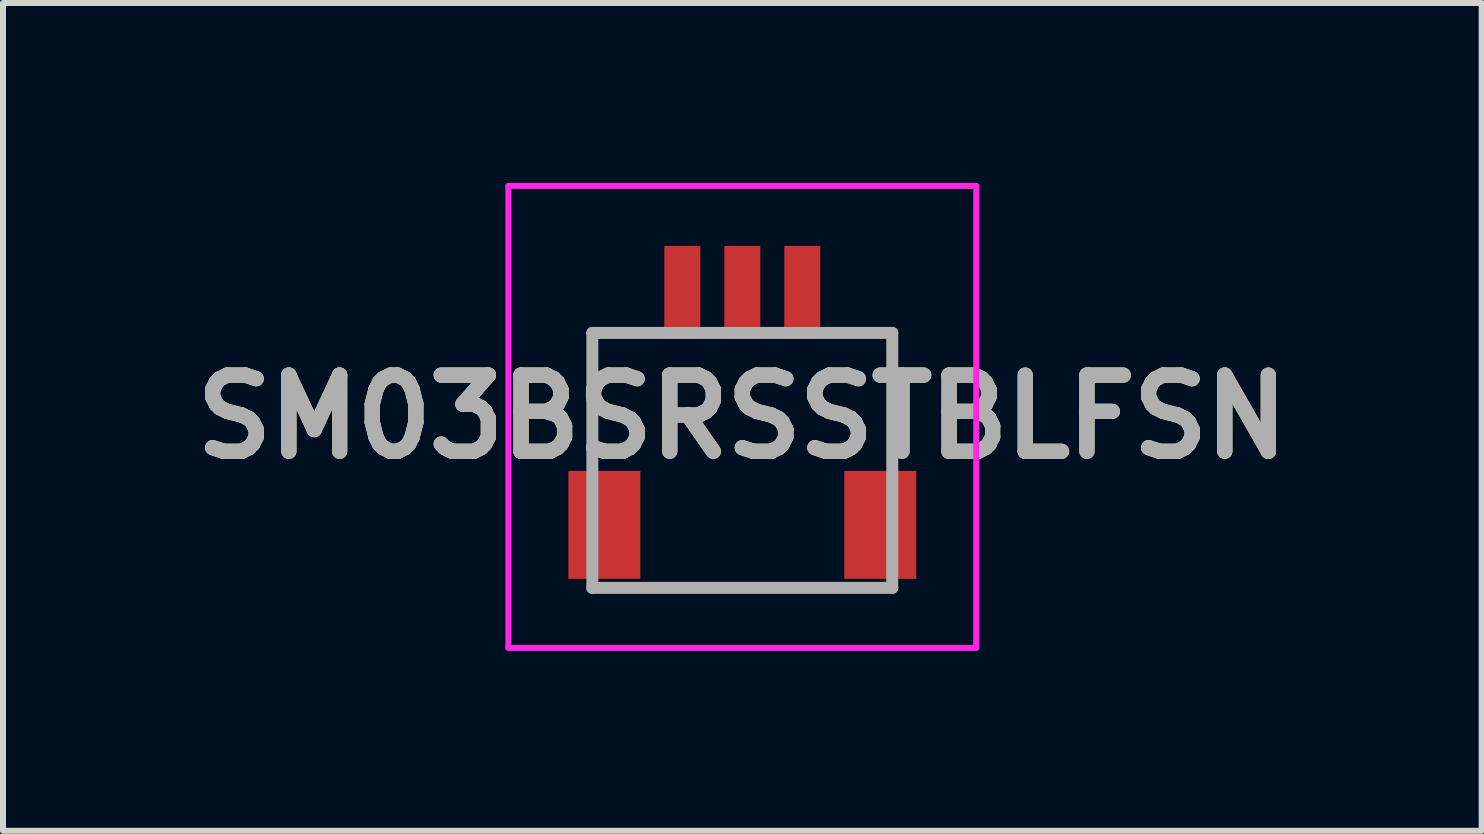
<source format=kicad_pcb>
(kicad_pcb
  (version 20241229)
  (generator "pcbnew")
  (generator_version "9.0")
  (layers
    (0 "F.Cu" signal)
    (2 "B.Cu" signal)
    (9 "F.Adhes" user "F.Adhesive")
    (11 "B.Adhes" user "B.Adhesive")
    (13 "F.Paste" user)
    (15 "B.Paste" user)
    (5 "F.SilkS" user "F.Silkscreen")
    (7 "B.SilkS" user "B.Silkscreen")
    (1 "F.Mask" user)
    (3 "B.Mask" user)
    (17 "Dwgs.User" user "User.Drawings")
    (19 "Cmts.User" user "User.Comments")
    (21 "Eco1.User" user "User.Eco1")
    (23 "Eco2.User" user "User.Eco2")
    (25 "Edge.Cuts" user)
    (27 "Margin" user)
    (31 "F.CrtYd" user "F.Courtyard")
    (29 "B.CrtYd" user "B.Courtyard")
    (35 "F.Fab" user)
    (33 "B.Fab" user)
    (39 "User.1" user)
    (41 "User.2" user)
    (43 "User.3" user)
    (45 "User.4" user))
  (footprint "SM03BSRSSTBLFSN"
    (layer "F.Cu")
    (at 9.325 4.287)
    (property "Reference" "SM03BSRSSTBLFSN" (at 0 -0.388 0) (layer "F.SilkS") (effects (font (size 1.27 1.27) (thickness 0.254))))
    (attr smd)
    (fp_line (start -2.5 -1.787) (end -2 -1.787) (stroke (width 0.1) (type solid)) (layer "F.SilkS"))
    (fp_line (start -2.5 -0.5) (end -2.5 -1.787) (stroke (width 0.1) (type solid)) (layer "F.SilkS"))
    (fp_line (start -1 2.463) (end 1.5 2.463) (stroke (width 0.1) (type solid)) (layer "F.SilkS"))
    (fp_line (start 2.5 -1.787) (end 2 -1.787) (stroke (width 0.1) (type solid)) (layer "F.SilkS"))
    (fp_line (start 2.5 -0.5) (end 2.5 -1.787) (stroke (width 0.1) (type solid)) (layer "F.SilkS"))
    (fp_line (start -3.9 -4.237) (end 3.9 -4.237) (stroke (width 0.1) (type solid)) (layer "F.CrtYd"))
    (fp_line (start -3.9 3.463) (end -3.9 -4.237) (stroke (width 0.1) (type solid)) (layer "F.CrtYd"))
    (fp_line (start 3.9 -4.237) (end 3.9 3.463) (stroke (width 0.1) (type solid)) (layer "F.CrtYd"))
    (fp_line (start 3.9 3.463) (end -3.9 3.463) (stroke (width 0.1) (type solid)) (layer "F.CrtYd"))
    (fp_line (start -2.5 -1.787) (end 2.5 -1.787) (stroke (width 0.2) (type solid)) (layer "F.Fab"))
    (fp_line (start -2.5 2.463) (end -2.5 -1.787) (stroke (width 0.2) (type solid)) (layer "F.Fab"))
    (fp_line (start 2.5 -1.787) (end 2.5 2.463) (stroke (width 0.2) (type solid)) (layer "F.Fab"))
    (fp_line (start 2.5 2.463) (end -2.5 2.463) (stroke (width 0.2) (type solid)) (layer "F.Fab"))
    (fp_text user "${REFERENCE}" (at 0 -0.388 0) (layer "F.Fab") (effects (font (size 1.27 1.27) (thickness 0.254))))
    (pad "1" smd rect (at -1 -2.463) (size 0.6 1.55) (layers "F.Cu" "F.Mask" "F.Paste"))
    (pad "2" smd rect (at 0 -2.463) (size 0.6 1.55) (layers "F.Cu" "F.Mask" "F.Paste"))
    (pad "3" smd rect (at 1 -2.463) (size 0.6 1.55) (layers "F.Cu" "F.Mask" "F.Paste"))
    (pad "MP1" smd rect (at -2.3 1.413) (size 1.2 1.8) (layers "F.Cu" "F.Mask" "F.Paste"))
    (pad "MP2" smd rect (at 2.3 1.413) (size 1.2 1.8) (layers "F.Cu" "F.Mask" "F.Paste")))
  (gr_rect
    (start -3 -3)
    (end 21.651 10.8)
    (stroke (width 0.1) (type default))
    (fill no)
    (layer "Edge.Cuts")))
</source>
